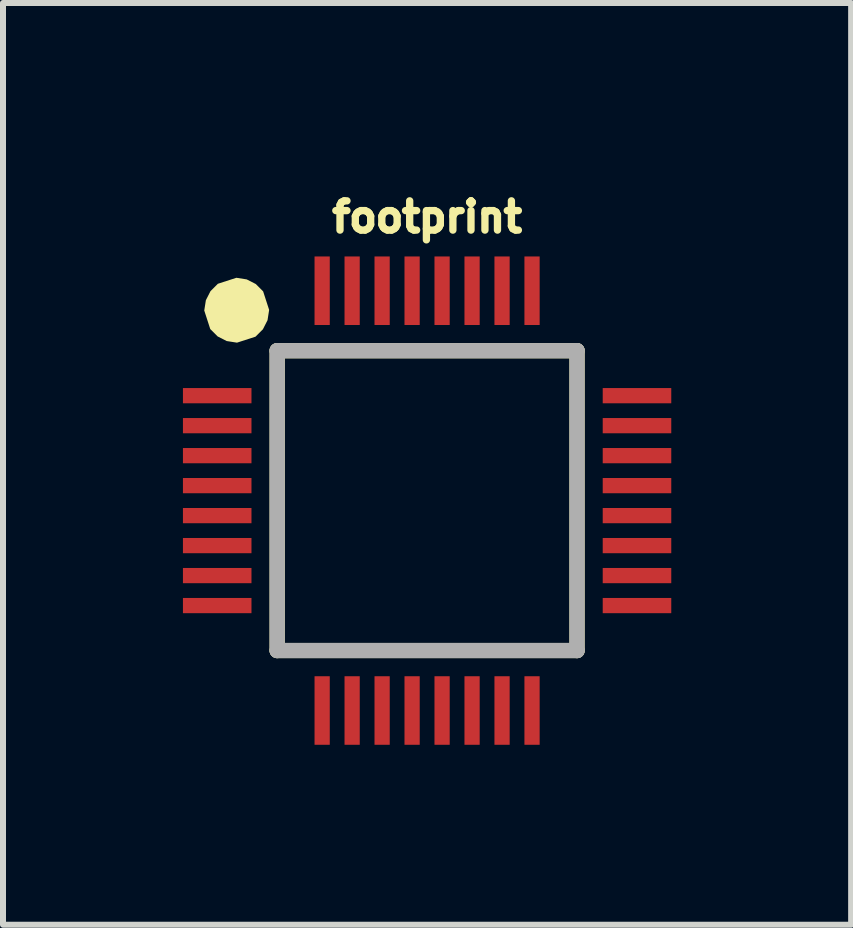
<source format=kicad_pcb>
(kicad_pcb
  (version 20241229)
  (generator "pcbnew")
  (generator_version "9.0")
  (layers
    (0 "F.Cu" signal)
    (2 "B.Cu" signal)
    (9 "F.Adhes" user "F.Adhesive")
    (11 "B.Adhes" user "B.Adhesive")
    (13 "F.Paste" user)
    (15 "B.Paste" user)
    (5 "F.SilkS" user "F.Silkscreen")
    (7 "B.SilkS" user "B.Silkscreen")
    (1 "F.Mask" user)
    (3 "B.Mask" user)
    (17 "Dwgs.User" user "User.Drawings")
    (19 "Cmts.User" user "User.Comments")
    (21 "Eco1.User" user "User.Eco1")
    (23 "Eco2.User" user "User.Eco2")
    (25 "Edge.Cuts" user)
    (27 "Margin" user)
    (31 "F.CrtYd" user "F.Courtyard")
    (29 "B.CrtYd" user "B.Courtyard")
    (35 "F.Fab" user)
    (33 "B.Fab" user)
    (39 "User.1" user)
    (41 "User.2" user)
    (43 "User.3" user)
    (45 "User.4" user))
  (footprint "footprint"
    (layer "F.Cu")
    (at 4.072 5.298)
    (property "Reference" "footprint" (at 0 -4.445 0) (layer "F.SilkS") (effects (font (size 0.488 0.488) (thickness 0.122)) (justify bottom)))
    (fp_line (start -2.5 -2.5) (end -2.5 2.5) (stroke (width 0.254) (type solid)) (layer "F.SilkS"))
    (fp_line (start -2.5 2.5) (end 2.5 2.5) (stroke (width 0.254) (type solid)) (layer "F.SilkS"))
    (fp_line (start 2.5 -2.5) (end -2.5 -2.5) (stroke (width 0.254) (type solid)) (layer "F.SilkS"))
    (fp_line (start 2.5 2.5) (end 2.5 -2.5) (stroke (width 0.254) (type solid)) (layer "F.SilkS"))
    (fp_poly (pts (xy -3.008 -3.689) (xy -2.857 -3.612) (xy -2.734 -3.489) (xy -2.634 -3.18) (xy -2.661 -3.008) (xy -2.738 -2.857) (xy -2.861 -2.734) (xy -3.17 -2.634) (xy -3.342 -2.661) (xy -3.493 -2.738) (xy -3.616 -2.861) (xy -3.716 -3.17) (xy -3.689 -3.342) (xy -3.612 -3.493) (xy -3.489 -3.616) (xy -3.18 -3.716)) (stroke (width 0) (type solid)) (fill yes) (layer "F.SilkS"))
    (fp_line (start -2.5 -2.5) (end -2.5 2.5) (stroke (width 0.254) (type solid)) (layer "F.Fab"))
    (fp_line (start -2.5 2.5) (end 2.5 2.5) (stroke (width 0.254) (type solid)) (layer "F.Fab"))
    (fp_line (start 2.5 -2.5) (end -2.5 -2.5) (stroke (width 0.254) (type solid)) (layer "F.Fab"))
    (fp_line (start 2.5 2.5) (end 2.5 -2.5) (stroke (width 0.254) (type solid)) (layer "F.Fab"))
    (pad "1" smd rect (at -3.5 -1.75) (size 1.143 0.254) (layers "F.Cu" "F.Mask" "F.Paste"))
    (pad "2" smd rect (at -3.5 -1.25) (size 1.143 0.254) (layers "F.Cu" "F.Mask" "F.Paste"))
    (pad "3" smd rect (at -3.5 -0.75) (size 1.143 0.254) (layers "F.Cu" "F.Mask" "F.Paste"))
    (pad "4" smd rect (at -3.5 -0.25) (size 1.143 0.254) (layers "F.Cu" "F.Mask" "F.Paste"))
    (pad "5" smd rect (at -3.5 0.25) (size 1.143 0.254) (layers "F.Cu" "F.Mask" "F.Paste"))
    (pad "6" smd rect (at -3.5 0.75) (size 1.143 0.254) (layers "F.Cu" "F.Mask" "F.Paste"))
    (pad "7" smd rect (at -3.5 1.25) (size 1.143 0.254) (layers "F.Cu" "F.Mask" "F.Paste"))
    (pad "8" smd rect (at -3.5 1.75) (size 1.143 0.254) (layers "F.Cu" "F.Mask" "F.Paste"))
    (pad "9" smd rect (at -1.75 3.5 90) (size 1.143 0.254) (layers "F.Cu" "F.Mask" "F.Paste"))
    (pad "10" smd rect (at -1.25 3.5 90) (size 1.143 0.254) (layers "F.Cu" "F.Mask" "F.Paste"))
    (pad "11" smd rect (at -0.75 3.5 90) (size 1.143 0.254) (layers "F.Cu" "F.Mask" "F.Paste"))
    (pad "12" smd rect (at -0.25 3.5 90) (size 1.143 0.254) (layers "F.Cu" "F.Mask" "F.Paste"))
    (pad "13" smd rect (at 0.25 3.5 90) (size 1.143 0.254) (layers "F.Cu" "F.Mask" "F.Paste"))
    (pad "14" smd rect (at 0.75 3.5 90) (size 1.143 0.254) (layers "F.Cu" "F.Mask" "F.Paste"))
    (pad "15" smd rect (at 1.25 3.5 90) (size 1.143 0.254) (layers "F.Cu" "F.Mask" "F.Paste"))
    (pad "16" smd rect (at 1.75 3.5 90) (size 1.143 0.254) (layers "F.Cu" "F.Mask" "F.Paste"))
    (pad "17" smd rect (at 3.5 1.75 180) (size 1.143 0.254) (layers "F.Cu" "F.Mask" "F.Paste"))
    (pad "18" smd rect (at 3.5 1.25 180) (size 1.143 0.254) (layers "F.Cu" "F.Mask" "F.Paste"))
    (pad "19" smd rect (at 3.5 0.75 180) (size 1.143 0.254) (layers "F.Cu" "F.Mask" "F.Paste"))
    (pad "20" smd rect (at 3.5 0.25 180) (size 1.143 0.254) (layers "F.Cu" "F.Mask" "F.Paste"))
    (pad "21" smd rect (at 3.5 -0.25 180) (size 1.143 0.254) (layers "F.Cu" "F.Mask" "F.Paste"))
    (pad "22" smd rect (at 3.5 -0.75 180) (size 1.143 0.254) (layers "F.Cu" "F.Mask" "F.Paste"))
    (pad "23" smd rect (at 3.5 -1.25 180) (size 1.143 0.254) (layers "F.Cu" "F.Mask" "F.Paste"))
    (pad "24" smd rect (at 3.5 -1.75 180) (size 1.143 0.254) (layers "F.Cu" "F.Mask" "F.Paste"))
    (pad "25" smd rect (at 1.75 -3.5 270) (size 1.143 0.254) (layers "F.Cu" "F.Mask" "F.Paste"))
    (pad "26" smd rect (at 1.25 -3.5 270) (size 1.143 0.254) (layers "F.Cu" "F.Mask" "F.Paste"))
    (pad "27" smd rect (at 0.75 -3.5 270) (size 1.143 0.254) (layers "F.Cu" "F.Mask" "F.Paste"))
    (pad "28" smd rect (at 0.25 -3.5 270) (size 1.143 0.254) (layers "F.Cu" "F.Mask" "F.Paste"))
    (pad "29" smd rect (at -0.25 -3.5 270) (size 1.143 0.254) (layers "F.Cu" "F.Mask" "F.Paste"))
    (pad "30" smd rect (at -0.75 -3.5 270) (size 1.143 0.254) (layers "F.Cu" "F.Mask" "F.Paste"))
    (pad "31" smd rect (at -1.25 -3.5 270) (size 1.143 0.254) (layers "F.Cu" "F.Mask" "F.Paste"))
    (pad "32" smd rect (at -1.75 -3.5 270) (size 1.143 0.254) (layers "F.Cu" "F.Mask" "F.Paste")))
  (gr_rect
    (start -3 -3)
    (end 11.143 12.37)
    (stroke (width 0.1) (type default))
    (fill no)
    (layer "Edge.Cuts")))
</source>
